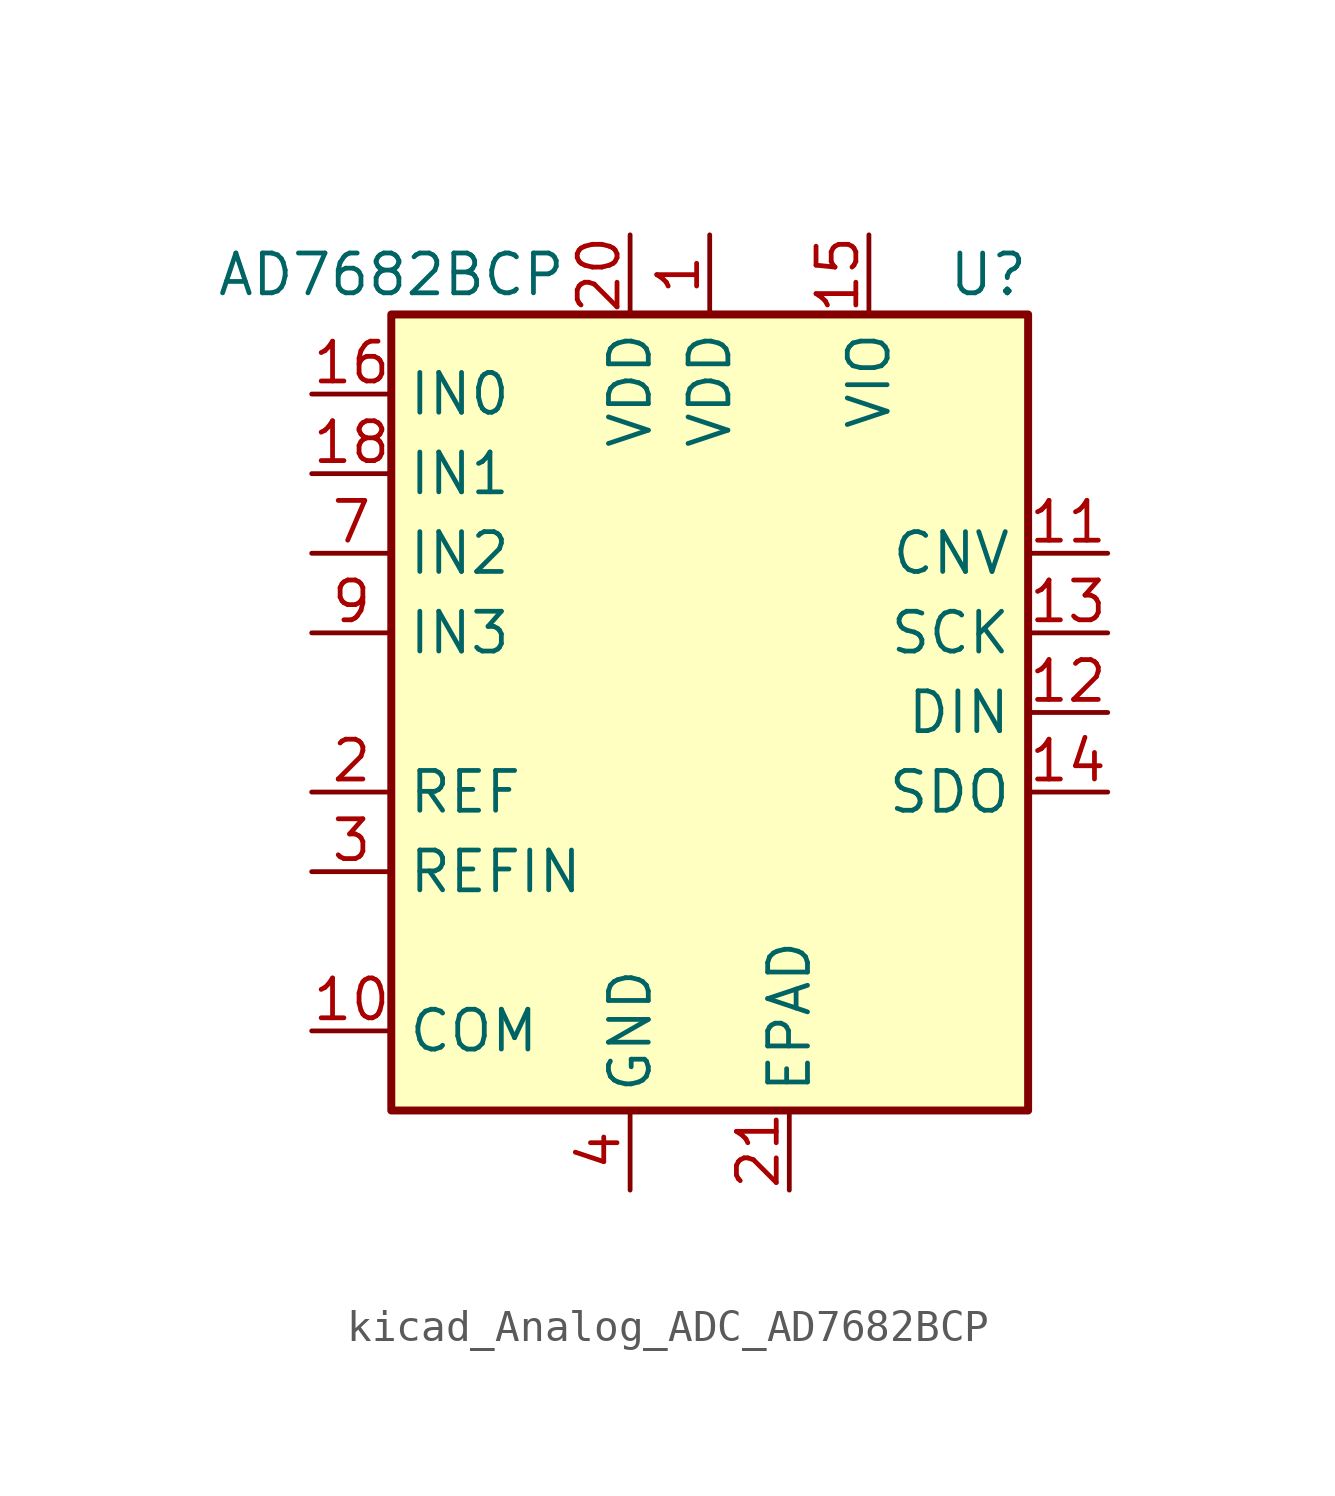
<source format=kicad_sym>
(kicad_symbol_lib
  (version 20220914)
  (generator kicad_symbol_editor)
  (symbol "kicad_Analog_ADC_AD7682BCP"
    (property "Reference" "U"
      (at 8.89 13.97 0)
      (effects (font (size 1.27 1.27))))
    (property "Value" "AD7682BCP"
      (at -10.16 13.97 0)
      (effects (font (size 1.27 1.27))))
    (symbol "kicad_Analog_ADC_AD7682BCP_0_1"
      (rectangle (start -10.16 12.7) (end 10.16 -12.7) (stroke (width 0.254) (type default)) (fill (type background))))
    (symbol "kicad_Analog_ADC_AD7682BCP_1_1"
      (pin power_in line (at 0 15.24 270) (length 2.54) (name "VDD" (effects (font (size 1.27 1.27)))) (number "1" (effects (font (size 1.27 1.27)))))
      (pin input line (at -12.7 -10.16 0) (length 2.54) (name "COM" (effects (font (size 1.27 1.27)))) (number "10" (effects (font (size 1.27 1.27)))))
      (pin input line (at 12.7 5.08 180) (length 2.54) (name "CNV" (effects (font (size 1.27 1.27)))) (number "11" (effects (font (size 1.27 1.27)))))
      (pin input line (at 12.7 0 180) (length 2.54) (name "DIN" (effects (font (size 1.27 1.27)))) (number "12" (effects (font (size 1.27 1.27)))))
      (pin input line (at 12.7 2.54 180) (length 2.54) (name "SCK" (effects (font (size 1.27 1.27)))) (number "13" (effects (font (size 1.27 1.27)))))
      (pin output line (at 12.7 -2.54 180) (length 2.54) (name "SDO" (effects (font (size 1.27 1.27)))) (number "14" (effects (font (size 1.27 1.27)))))
      (pin power_in line (at 5.08 15.24 270) (length 2.54) (name "VIO" (effects (font (size 1.27 1.27)))) (number "15" (effects (font (size 1.27 1.27)))))
      (pin input line (at -12.7 10.16 0) (length 2.54) (name "IN0" (effects (font (size 1.27 1.27)))) (number "16" (effects (font (size 1.27 1.27)))))
      (pin no_connect line (at 10.16 -7.62 180) (length 2.54) hide (name "NC" (effects (font (size 1.27 1.27)))) (number "17" (effects (font (size 1.27 1.27)))))
      (pin input line (at -12.7 7.62 0) (length 2.54) (name "IN1" (effects (font (size 1.27 1.27)))) (number "18" (effects (font (size 1.27 1.27)))))
      (pin no_connect line (at 10.16 -5.08 180) (length 2.54) hide (name "NC" (effects (font (size 1.27 1.27)))) (number "19" (effects (font (size 1.27 1.27)))))
      (pin passive line (at -12.7 -2.54 0) (length 2.54) (name "REF" (effects (font (size 1.27 1.27)))) (number "2" (effects (font (size 1.27 1.27)))))
      (pin power_in line (at -2.54 15.24 270) (length 2.54) (name "VDD" (effects (font (size 1.27 1.27)))) (number "20" (effects (font (size 1.27 1.27)))))
      (pin passive line (at 2.54 -15.24 90) (length 2.54) (name "EPAD" (effects (font (size 1.27 1.27)))) (number "21" (effects (font (size 1.27 1.27)))))
      (pin passive line (at -12.7 -5.08 0) (length 2.54) (name "REFIN" (effects (font (size 1.27 1.27)))) (number "3" (effects (font (size 1.27 1.27)))))
      (pin power_in line (at -2.54 -15.24 90) (length 2.54) (name "GND" (effects (font (size 1.27 1.27)))) (number "4" (effects (font (size 1.27 1.27)))))
      (pin passive line (at -2.54 -15.24 90) (length 2.54) hide (name "GND" (effects (font (size 1.27 1.27)))) (number "5" (effects (font (size 1.27 1.27)))))
      (pin no_connect line (at 10.16 7.62 180) (length 2.54) hide (name "NC" (effects (font (size 1.27 1.27)))) (number "6" (effects (font (size 1.27 1.27)))))
      (pin input line (at -12.7 5.08 0) (length 2.54) (name "IN2" (effects (font (size 1.27 1.27)))) (number "7" (effects (font (size 1.27 1.27)))))
      (pin no_connect line (at 10.16 -10.16 180) (length 2.54) hide (name "NC" (effects (font (size 1.27 1.27)))) (number "8" (effects (font (size 1.27 1.27)))))
      (pin input line (at -12.7 2.54 0) (length 2.54) (name "IN3" (effects (font (size 1.27 1.27)))) (number "9" (effects (font (size 1.27 1.27))))))))
</source>
